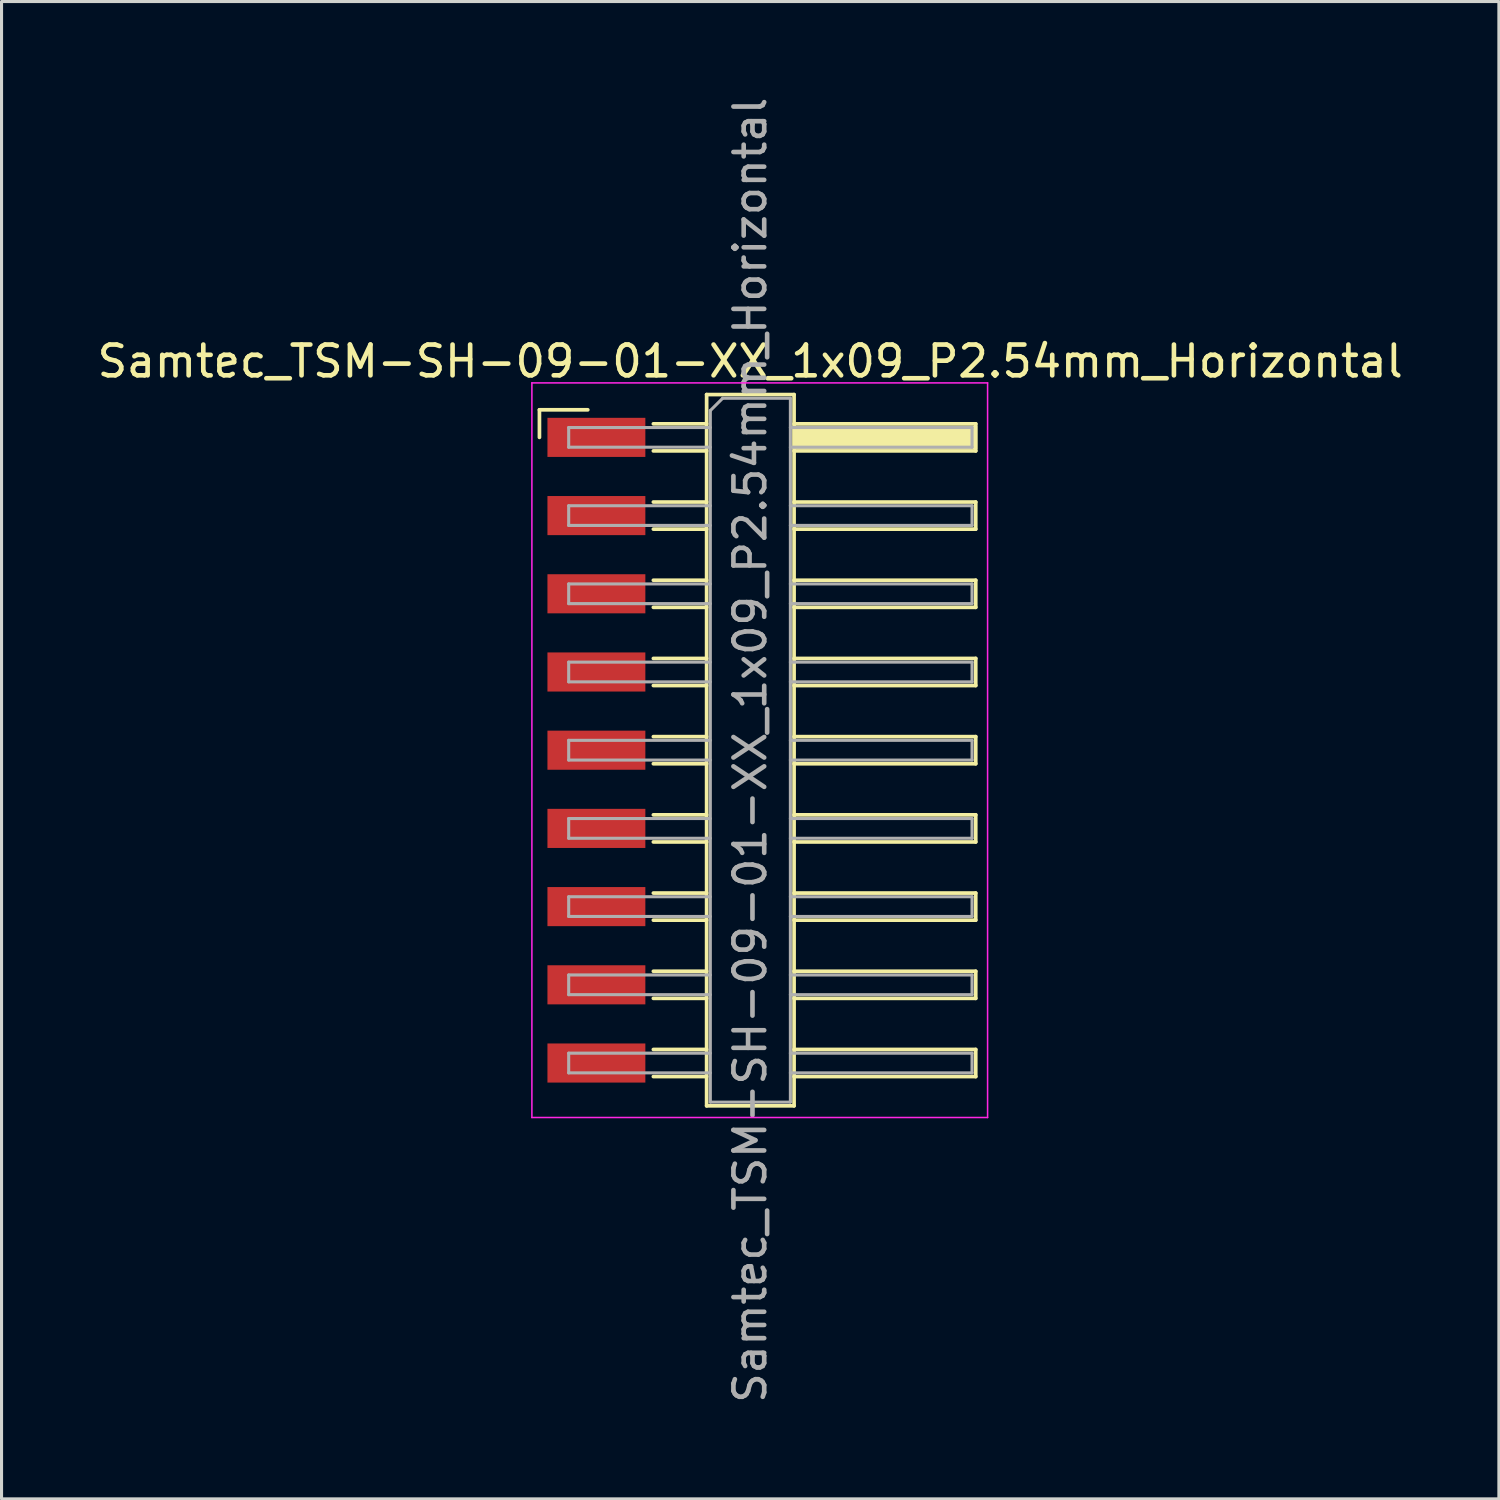
<source format=kicad_pcb>
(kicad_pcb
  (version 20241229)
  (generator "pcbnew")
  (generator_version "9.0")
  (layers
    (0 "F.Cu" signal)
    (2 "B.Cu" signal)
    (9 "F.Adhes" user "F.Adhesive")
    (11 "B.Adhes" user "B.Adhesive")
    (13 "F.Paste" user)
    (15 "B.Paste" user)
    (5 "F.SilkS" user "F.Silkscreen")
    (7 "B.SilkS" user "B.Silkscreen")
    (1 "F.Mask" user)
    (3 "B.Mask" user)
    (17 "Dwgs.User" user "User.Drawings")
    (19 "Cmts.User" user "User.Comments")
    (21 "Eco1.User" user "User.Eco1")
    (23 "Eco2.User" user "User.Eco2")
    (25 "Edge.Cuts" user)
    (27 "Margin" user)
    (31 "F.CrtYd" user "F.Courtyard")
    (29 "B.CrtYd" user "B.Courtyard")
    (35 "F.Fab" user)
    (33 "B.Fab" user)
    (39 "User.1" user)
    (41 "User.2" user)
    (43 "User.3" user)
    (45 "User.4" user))
  (footprint "Samtec_TSM-SH-09-01-XX_1x09_P2.54mm_Horizontal"
    (layer "F.Cu")
    (at 21.505 21.315)
    (property "Reference" "Samtec_TSM-SH-09-01-XX_1x09_P2.54mm_Horizontal" (at -0.19 -12.63 0) (layer "F.SilkS") (effects (font (size 1 1) (thickness 0.15))))
    (attr smd)
    (fp_line (start -7.035 -11.055) (end -5.465 -11.055) (stroke (width 0.12) (type solid)) (layer "F.SilkS"))
    (fp_line (start -7.035 -10.16) (end -7.035 -11.055) (stroke (width 0.12) (type solid)) (layer "F.SilkS"))
    (fp_line (start -3.335 -10.6) (end -1.605 -10.6) (stroke (width 0.12) (type solid)) (layer "F.SilkS"))
    (fp_line (start -3.335 -9.72) (end -1.605 -9.72) (stroke (width 0.12) (type solid)) (layer "F.SilkS"))
    (fp_line (start -3.335 -8.06) (end -1.605 -8.06) (stroke (width 0.12) (type solid)) (layer "F.SilkS"))
    (fp_line (start -3.335 -7.18) (end -1.605 -7.18) (stroke (width 0.12) (type solid)) (layer "F.SilkS"))
    (fp_line (start -3.335 -5.52) (end -1.605 -5.52) (stroke (width 0.12) (type solid)) (layer "F.SilkS"))
    (fp_line (start -3.335 -4.64) (end -1.605 -4.64) (stroke (width 0.12) (type solid)) (layer "F.SilkS"))
    (fp_line (start -3.335 -2.98) (end -1.605 -2.98) (stroke (width 0.12) (type solid)) (layer "F.SilkS"))
    (fp_line (start -3.335 -2.1) (end -1.605 -2.1) (stroke (width 0.12) (type solid)) (layer "F.SilkS"))
    (fp_line (start -3.335 -0.44) (end -1.605 -0.44) (stroke (width 0.12) (type solid)) (layer "F.SilkS"))
    (fp_line (start -3.335 0.44) (end -1.605 0.44) (stroke (width 0.12) (type solid)) (layer "F.SilkS"))
    (fp_line (start -3.335 2.1) (end -1.605 2.1) (stroke (width 0.12) (type solid)) (layer "F.SilkS"))
    (fp_line (start -3.335 2.98) (end -1.605 2.98) (stroke (width 0.12) (type solid)) (layer "F.SilkS"))
    (fp_line (start -3.335 4.64) (end -1.605 4.64) (stroke (width 0.12) (type solid)) (layer "F.SilkS"))
    (fp_line (start -3.335 5.52) (end -1.605 5.52) (stroke (width 0.12) (type solid)) (layer "F.SilkS"))
    (fp_line (start -3.335 7.18) (end -1.605 7.18) (stroke (width 0.12) (type solid)) (layer "F.SilkS"))
    (fp_line (start -3.335 8.06) (end -1.605 8.06) (stroke (width 0.12) (type solid)) (layer "F.SilkS"))
    (fp_line (start -3.335 9.72) (end -1.605 9.72) (stroke (width 0.12) (type solid)) (layer "F.SilkS"))
    (fp_line (start -3.335 10.6) (end -1.605 10.6) (stroke (width 0.12) (type solid)) (layer "F.SilkS"))
    (fp_line (start -1.605 -11.55) (end 1.235 -11.55) (stroke (width 0.12) (type solid)) (layer "F.SilkS"))
    (fp_line (start -1.605 11.55) (end -1.605 -11.55) (stroke (width 0.12) (type solid)) (layer "F.SilkS"))
    (fp_line (start 1.235 -11.55) (end 1.235 11.55) (stroke (width 0.12) (type solid)) (layer "F.SilkS"))
    (fp_line (start 1.235 -10.6) (end 7.135 -10.6) (stroke (width 0.12) (type solid)) (layer "F.SilkS"))
    (fp_line (start 1.235 -8.06) (end 7.135 -8.06) (stroke (width 0.12) (type solid)) (layer "F.SilkS"))
    (fp_line (start 1.235 -5.52) (end 7.135 -5.52) (stroke (width 0.12) (type solid)) (layer "F.SilkS"))
    (fp_line (start 1.235 -2.98) (end 7.135 -2.98) (stroke (width 0.12) (type solid)) (layer "F.SilkS"))
    (fp_line (start 1.235 -0.44) (end 7.135 -0.44) (stroke (width 0.12) (type solid)) (layer "F.SilkS"))
    (fp_line (start 1.235 2.1) (end 7.135 2.1) (stroke (width 0.12) (type solid)) (layer "F.SilkS"))
    (fp_line (start 1.235 4.64) (end 7.135 4.64) (stroke (width 0.12) (type solid)) (layer "F.SilkS"))
    (fp_line (start 1.235 7.18) (end 7.135 7.18) (stroke (width 0.12) (type solid)) (layer "F.SilkS"))
    (fp_line (start 1.235 9.72) (end 7.135 9.72) (stroke (width 0.12) (type solid)) (layer "F.SilkS"))
    (fp_line (start 1.235 11.55) (end -1.605 11.55) (stroke (width 0.12) (type solid)) (layer "F.SilkS"))
    (fp_line (start 7.135 -10.6) (end 7.135 -9.72) (stroke (width 0.12) (type solid)) (layer "F.SilkS"))
    (fp_line (start 7.135 -9.72) (end 1.235 -9.72) (stroke (width 0.12) (type solid)) (layer "F.SilkS"))
    (fp_line (start 7.135 -8.06) (end 7.135 -7.18) (stroke (width 0.12) (type solid)) (layer "F.SilkS"))
    (fp_line (start 7.135 -7.18) (end 1.235 -7.18) (stroke (width 0.12) (type solid)) (layer "F.SilkS"))
    (fp_line (start 7.135 -5.52) (end 7.135 -4.64) (stroke (width 0.12) (type solid)) (layer "F.SilkS"))
    (fp_line (start 7.135 -4.64) (end 1.235 -4.64) (stroke (width 0.12) (type solid)) (layer "F.SilkS"))
    (fp_line (start 7.135 -2.98) (end 7.135 -2.1) (stroke (width 0.12) (type solid)) (layer "F.SilkS"))
    (fp_line (start 7.135 -2.1) (end 1.235 -2.1) (stroke (width 0.12) (type solid)) (layer "F.SilkS"))
    (fp_line (start 7.135 -0.44) (end 7.135 0.44) (stroke (width 0.12) (type solid)) (layer "F.SilkS"))
    (fp_line (start 7.135 0.44) (end 1.235 0.44) (stroke (width 0.12) (type solid)) (layer "F.SilkS"))
    (fp_line (start 7.135 2.1) (end 7.135 2.98) (stroke (width 0.12) (type solid)) (layer "F.SilkS"))
    (fp_line (start 7.135 2.98) (end 1.235 2.98) (stroke (width 0.12) (type solid)) (layer "F.SilkS"))
    (fp_line (start 7.135 4.64) (end 7.135 5.52) (stroke (width 0.12) (type solid)) (layer "F.SilkS"))
    (fp_line (start 7.135 5.52) (end 1.235 5.52) (stroke (width 0.12) (type solid)) (layer "F.SilkS"))
    (fp_line (start 7.135 7.18) (end 7.135 8.06) (stroke (width 0.12) (type solid)) (layer "F.SilkS"))
    (fp_line (start 7.135 8.06) (end 1.235 8.06) (stroke (width 0.12) (type solid)) (layer "F.SilkS"))
    (fp_line (start 7.135 9.72) (end 7.135 10.6) (stroke (width 0.12) (type solid)) (layer "F.SilkS"))
    (fp_line (start 7.135 10.6) (end 1.235 10.6) (stroke (width 0.12) (type solid)) (layer "F.SilkS"))
    (fp_line (start -7.28 -11.93) (end 7.52 -11.93) (stroke (width 0.05) (type solid)) (layer "F.CrtYd"))
    (fp_line (start -7.28 11.93) (end -7.28 -11.93) (stroke (width 0.05) (type solid)) (layer "F.CrtYd"))
    (fp_line (start 7.52 -11.93) (end 7.52 11.93) (stroke (width 0.05) (type solid)) (layer "F.CrtYd"))
    (fp_line (start 7.52 11.93) (end -7.28 11.93) (stroke (width 0.05) (type solid)) (layer "F.CrtYd"))
    (fp_line (start -6.085 -10.48) (end -6.085 -9.84) (stroke (width 0.1) (type solid)) (layer "F.Fab"))
    (fp_line (start -6.085 -9.84) (end -1.485 -9.84) (stroke (width 0.1) (type solid)) (layer "F.Fab"))
    (fp_line (start -6.085 -7.94) (end -6.085 -7.3) (stroke (width 0.1) (type solid)) (layer "F.Fab"))
    (fp_line (start -6.085 -7.3) (end -1.485 -7.3) (stroke (width 0.1) (type solid)) (layer "F.Fab"))
    (fp_line (start -6.085 -5.4) (end -6.085 -4.76) (stroke (width 0.1) (type solid)) (layer "F.Fab"))
    (fp_line (start -6.085 -4.76) (end -1.485 -4.76) (stroke (width 0.1) (type solid)) (layer "F.Fab"))
    (fp_line (start -6.085 -2.86) (end -6.085 -2.22) (stroke (width 0.1) (type solid)) (layer "F.Fab"))
    (fp_line (start -6.085 -2.22) (end -1.485 -2.22) (stroke (width 0.1) (type solid)) (layer "F.Fab"))
    (fp_line (start -6.085 -0.32) (end -6.085 0.32) (stroke (width 0.1) (type solid)) (layer "F.Fab"))
    (fp_line (start -6.085 0.32) (end -1.485 0.32) (stroke (width 0.1) (type solid)) (layer "F.Fab"))
    (fp_line (start -6.085 2.22) (end -6.085 2.86) (stroke (width 0.1) (type solid)) (layer "F.Fab"))
    (fp_line (start -6.085 2.86) (end -1.485 2.86) (stroke (width 0.1) (type solid)) (layer "F.Fab"))
    (fp_line (start -6.085 4.76) (end -6.085 5.4) (stroke (width 0.1) (type solid)) (layer "F.Fab"))
    (fp_line (start -6.085 5.4) (end -1.485 5.4) (stroke (width 0.1) (type solid)) (layer "F.Fab"))
    (fp_line (start -6.085 7.3) (end -6.085 7.94) (stroke (width 0.1) (type solid)) (layer "F.Fab"))
    (fp_line (start -6.085 7.94) (end -1.485 7.94) (stroke (width 0.1) (type solid)) (layer "F.Fab"))
    (fp_line (start -6.085 9.84) (end -6.085 10.48) (stroke (width 0.1) (type solid)) (layer "F.Fab"))
    (fp_line (start -6.085 10.48) (end -1.485 10.48) (stroke (width 0.1) (type solid)) (layer "F.Fab"))
    (fp_line (start -1.485 -11.03) (end -1.085 -11.43) (stroke (width 0.1) (type solid)) (layer "F.Fab"))
    (fp_line (start -1.485 -10.48) (end -6.085 -10.48) (stroke (width 0.1) (type solid)) (layer "F.Fab"))
    (fp_line (start -1.485 -7.94) (end -6.085 -7.94) (stroke (width 0.1) (type solid)) (layer "F.Fab"))
    (fp_line (start -1.485 -5.4) (end -6.085 -5.4) (stroke (width 0.1) (type solid)) (layer "F.Fab"))
    (fp_line (start -1.485 -2.86) (end -6.085 -2.86) (stroke (width 0.1) (type solid)) (layer "F.Fab"))
    (fp_line (start -1.485 -0.32) (end -6.085 -0.32) (stroke (width 0.1) (type solid)) (layer "F.Fab"))
    (fp_line (start -1.485 2.22) (end -6.085 2.22) (stroke (width 0.1) (type solid)) (layer "F.Fab"))
    (fp_line (start -1.485 4.76) (end -6.085 4.76) (stroke (width 0.1) (type solid)) (layer "F.Fab"))
    (fp_line (start -1.485 7.3) (end -6.085 7.3) (stroke (width 0.1) (type solid)) (layer "F.Fab"))
    (fp_line (start -1.485 9.84) (end -6.085 9.84) (stroke (width 0.1) (type solid)) (layer "F.Fab"))
    (fp_line (start -1.485 11.43) (end -1.485 -11.03) (stroke (width 0.1) (type solid)) (layer "F.Fab"))
    (fp_line (start -1.085 -11.43) (end 1.115 -11.43) (stroke (width 0.1) (type solid)) (layer "F.Fab"))
    (fp_line (start 1.115 -11.43) (end 1.115 11.43) (stroke (width 0.1) (type solid)) (layer "F.Fab"))
    (fp_line (start 1.115 -10.48) (end 7.015 -10.48) (stroke (width 0.1) (type solid)) (layer "F.Fab"))
    (fp_line (start 1.115 -7.94) (end 7.015 -7.94) (stroke (width 0.1) (type solid)) (layer "F.Fab"))
    (fp_line (start 1.115 -5.4) (end 7.015 -5.4) (stroke (width 0.1) (type solid)) (layer "F.Fab"))
    (fp_line (start 1.115 -2.86) (end 7.015 -2.86) (stroke (width 0.1) (type solid)) (layer "F.Fab"))
    (fp_line (start 1.115 -0.32) (end 7.015 -0.32) (stroke (width 0.1) (type solid)) (layer "F.Fab"))
    (fp_line (start 1.115 2.22) (end 7.015 2.22) (stroke (width 0.1) (type solid)) (layer "F.Fab"))
    (fp_line (start 1.115 4.76) (end 7.015 4.76) (stroke (width 0.1) (type solid)) (layer "F.Fab"))
    (fp_line (start 1.115 7.3) (end 7.015 7.3) (stroke (width 0.1) (type solid)) (layer "F.Fab"))
    (fp_line (start 1.115 9.84) (end 7.015 9.84) (stroke (width 0.1) (type solid)) (layer "F.Fab"))
    (fp_line (start 1.115 11.43) (end -1.485 11.43) (stroke (width 0.1) (type solid)) (layer "F.Fab"))
    (fp_line (start 7.015 -10.48) (end 7.015 -9.84) (stroke (width 0.1) (type solid)) (layer "F.Fab"))
    (fp_line (start 7.015 -9.84) (end 1.115 -9.84) (stroke (width 0.1) (type solid)) (layer "F.Fab"))
    (fp_line (start 7.015 -7.94) (end 7.015 -7.3) (stroke (width 0.1) (type solid)) (layer "F.Fab"))
    (fp_line (start 7.015 -7.3) (end 1.115 -7.3) (stroke (width 0.1) (type solid)) (layer "F.Fab"))
    (fp_line (start 7.015 -5.4) (end 7.015 -4.76) (stroke (width 0.1) (type solid)) (layer "F.Fab"))
    (fp_line (start 7.015 -4.76) (end 1.115 -4.76) (stroke (width 0.1) (type solid)) (layer "F.Fab"))
    (fp_line (start 7.015 -2.86) (end 7.015 -2.22) (stroke (width 0.1) (type solid)) (layer "F.Fab"))
    (fp_line (start 7.015 -2.22) (end 1.115 -2.22) (stroke (width 0.1) (type solid)) (layer "F.Fab"))
    (fp_line (start 7.015 -0.32) (end 7.015 0.32) (stroke (width 0.1) (type solid)) (layer "F.Fab"))
    (fp_line (start 7.015 0.32) (end 1.115 0.32) (stroke (width 0.1) (type solid)) (layer "F.Fab"))
    (fp_line (start 7.015 2.22) (end 7.015 2.86) (stroke (width 0.1) (type solid)) (layer "F.Fab"))
    (fp_line (start 7.015 2.86) (end 1.115 2.86) (stroke (width 0.1) (type solid)) (layer "F.Fab"))
    (fp_line (start 7.015 4.76) (end 7.015 5.4) (stroke (width 0.1) (type solid)) (layer "F.Fab"))
    (fp_line (start 7.015 5.4) (end 1.115 5.4) (stroke (width 0.1) (type solid)) (layer "F.Fab"))
    (fp_line (start 7.015 7.3) (end 7.015 7.94) (stroke (width 0.1) (type solid)) (layer "F.Fab"))
    (fp_line (start 7.015 7.94) (end 1.115 7.94) (stroke (width 0.1) (type solid)) (layer "F.Fab"))
    (fp_line (start 7.015 9.84) (end 7.015 10.48) (stroke (width 0.1) (type solid)) (layer "F.Fab"))
    (fp_line (start 7.015 10.48) (end 1.115 10.48) (stroke (width 0.1) (type solid)) (layer "F.Fab"))
    (fp_text user "${REFERENCE}" (at -0.19 0 90) (layer "F.Fab") (effects (font (size 1 1) (thickness 0.15))))
    (pad "" smd rect (at 4.185 -10.16) (size 6 0.76) (layers "F.SilkS"))
    (pad "1" smd rect (at -5.185 -10.16) (size 3.18 1.27) (layers "F.Cu" "F.Mask" "F.Paste"))
    (pad "2" smd rect (at -5.185 -7.62) (size 3.18 1.27) (layers "F.Cu" "F.Mask" "F.Paste"))
    (pad "3" smd rect (at -5.185 -5.08) (size 3.18 1.27) (layers "F.Cu" "F.Mask" "F.Paste"))
    (pad "4" smd rect (at -5.185 -2.54) (size 3.18 1.27) (layers "F.Cu" "F.Mask" "F.Paste"))
    (pad "5" smd rect (at -5.185 0) (size 3.18 1.27) (layers "F.Cu" "F.Mask" "F.Paste"))
    (pad "6" smd rect (at -5.185 2.54) (size 3.18 1.27) (layers "F.Cu" "F.Mask" "F.Paste"))
    (pad "7" smd rect (at -5.185 5.08) (size 3.18 1.27) (layers "F.Cu" "F.Mask" "F.Paste"))
    (pad "8" smd rect (at -5.185 7.62) (size 3.18 1.27) (layers "F.Cu" "F.Mask" "F.Paste"))
    (pad "9" smd rect (at -5.185 10.16) (size 3.18 1.27) (layers "F.Cu" "F.Mask" "F.Paste")))
  (gr_rect
    (start -3 -3)
    (end 45.631 45.631)
    (stroke (width 0.1) (type default))
    (fill no)
    (layer "Edge.Cuts")))
</source>
